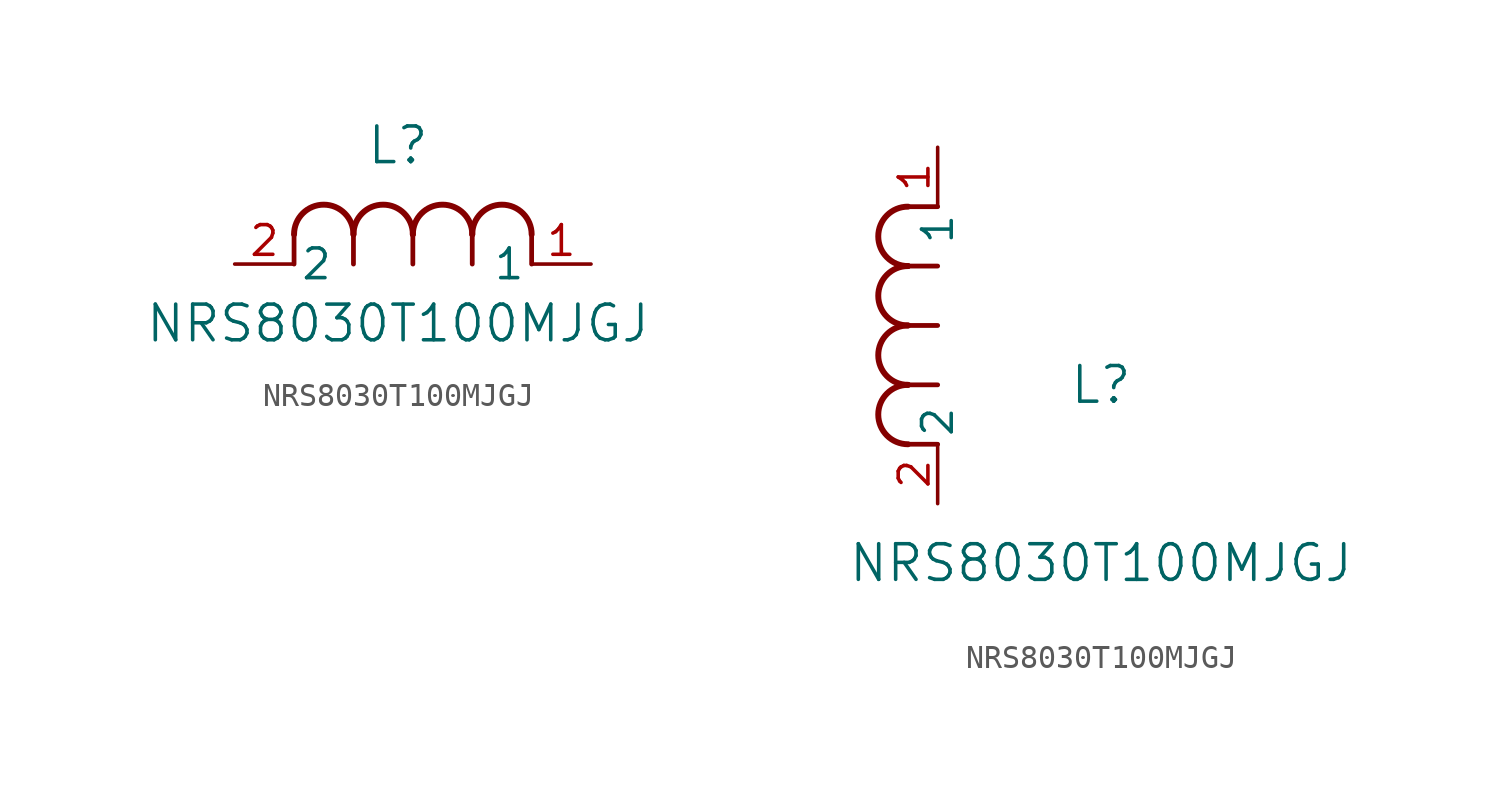
<source format=kicad_sym>
(kicad_symbol_lib
  (version 20211014)
  (generator kicad_symbol_editor)
  (symbol "NRS8030T100MJGJ"
    (pin_names
      (offset 0.254))
    (property "Reference" "L"
      (at 6.985 5.08 0)
      (effects (font (size 1.524 1.524))))
    (property "Value" "NRS8030T100MJGJ"
      (at 6.985 -2.54 0)
      (effects (font (size 1.524 1.524))))
    (symbol "NRS8030T100MJGJ_1_1"
      (arc (start 7.62 1.27) (mid 6.35 2.54) (end 5.08 1.27) (stroke (width 0.254) (type default) (color 0 0 0 0)) (fill (type none)))
      (polyline (pts (xy 5.08 0) (xy 5.08 1.27)) (stroke (width 0.203) (type default) (color 0 0 0 0)) (fill (type none)))
      (polyline (pts (xy 7.62 0) (xy 7.62 1.27)) (stroke (width 0.203) (type default) (color 0 0 0 0)) (fill (type none)))
      (polyline (pts (xy 12.7 0) (xy 12.7 1.27)) (stroke (width 0.203) (type default) (color 0 0 0 0)) (fill (type none)))
      (arc (start 5.08 1.27) (mid 3.81 2.54) (end 2.54 1.27) (stroke (width 0.254) (type default) (color 0 0 0 0)) (fill (type none)))
      (arc (start 10.16 1.27) (mid 8.89 2.54) (end 7.62 1.27) (stroke (width 0.254) (type default) (color 0 0 0 0)) (fill (type none)))
      (arc (start 12.7 1.27) (mid 11.43 2.54) (end 10.16 1.27) (stroke (width 0.254) (type default) (color 0 0 0 0)) (fill (type none)))
      (polyline (pts (xy 2.54 0) (xy 2.54 1.27)) (stroke (width 0.203) (type default) (color 0 0 0 0)) (fill (type none)))
      (polyline (pts (xy 10.16 0) (xy 10.16 1.27)) (stroke (width 0.203) (type default) (color 0 0 0 0)) (fill (type none)))
      (pin unspecified line (at 0 0 0) (length 2.54) (name "2" (effects (font (size 1.27 1.27)))) (number "2" (effects (font (size 1.27 1.27)))))
      (pin unspecified line (at 15.24 0 180) (length 2.54) (name "1" (effects (font (size 1.27 1.27)))) (number "1" (effects (font (size 1.27 1.27))))))
    (symbol "NRS8030T100MJGJ_1_2"
      (arc (start -1.27 7.62) (mid -2.54 6.35) (end -1.27 5.08) (stroke (width 0.254) (type default) (color 0 0 0 0)) (fill (type none)))
      (arc (start -1.27 5.08) (mid -2.54 3.81) (end -1.27 2.54) (stroke (width 0.254) (type default) (color 0 0 0 0)) (fill (type none)))
      (arc (start -1.27 12.7) (mid -2.54 11.43) (end -1.27 10.16) (stroke (width 0.254) (type default) (color 0 0 0 0)) (fill (type none)))
      (arc (start -1.27 10.16) (mid -2.54 8.89) (end -1.27 7.62) (stroke (width 0.254) (type default) (color 0 0 0 0)) (fill (type none)))
      (polyline (pts (xy 0 7.62) (xy -1.27 7.62)) (stroke (width 0.203) (type default) (color 0 0 0 0)) (fill (type none)))
      (polyline (pts (xy 0 5.08) (xy -1.27 5.08)) (stroke (width 0.203) (type default) (color 0 0 0 0)) (fill (type none)))
      (polyline (pts (xy 0 12.7) (xy -1.27 12.7)) (stroke (width 0.203) (type default) (color 0 0 0 0)) (fill (type none)))
      (polyline (pts (xy 0 2.54) (xy -1.27 2.54)) (stroke (width 0.203) (type default) (color 0 0 0 0)) (fill (type none)))
      (polyline (pts (xy 0 10.16) (xy -1.27 10.16)) (stroke (width 0.203) (type default) (color 0 0 0 0)) (fill (type none)))
      (pin unspecified line (at 0 0 90) (length 2.54) (name "2" (effects (font (size 1.27 1.27)))) (number "2" (effects (font (size 1.27 1.27)))))
      (pin unspecified line (at 0 15.24 270) (length 2.54) (name "1" (effects (font (size 1.27 1.27)))) (number "1" (effects (font (size 1.27 1.27))))))))
</source>
